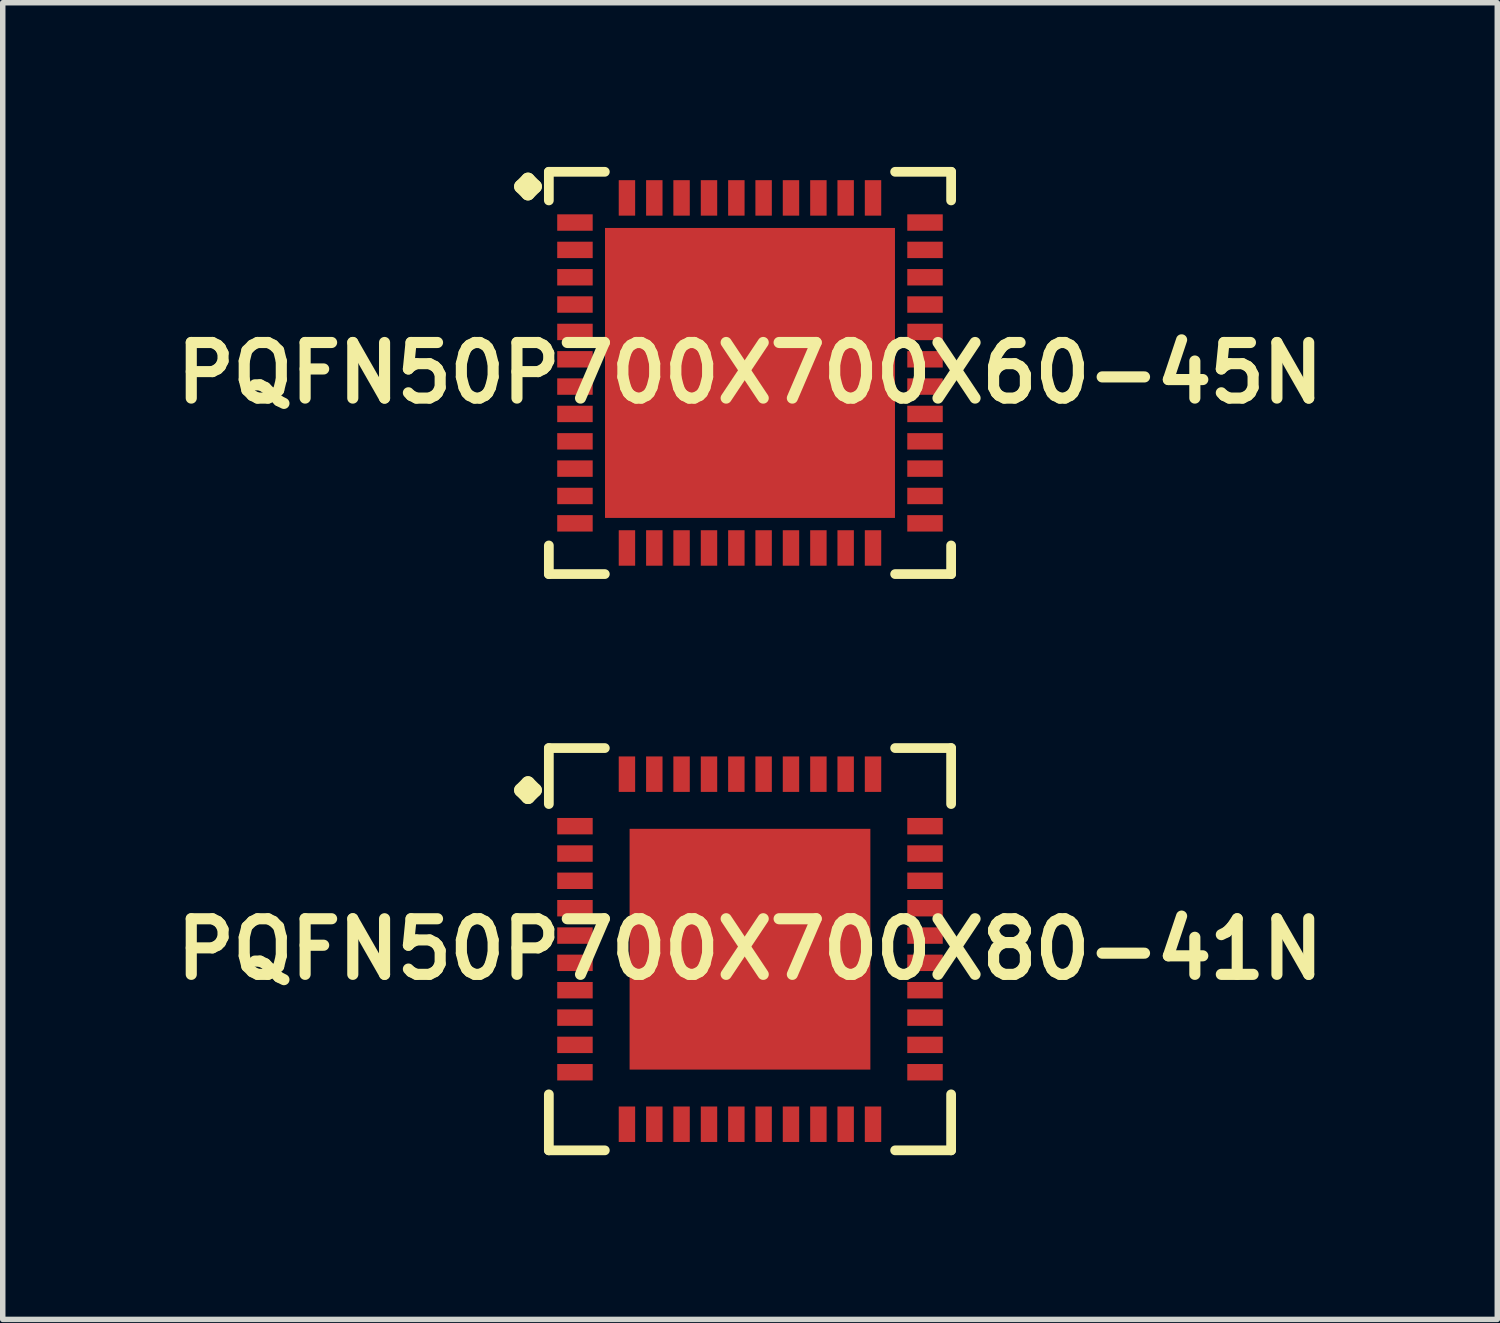
<source format=kicad_pcb>
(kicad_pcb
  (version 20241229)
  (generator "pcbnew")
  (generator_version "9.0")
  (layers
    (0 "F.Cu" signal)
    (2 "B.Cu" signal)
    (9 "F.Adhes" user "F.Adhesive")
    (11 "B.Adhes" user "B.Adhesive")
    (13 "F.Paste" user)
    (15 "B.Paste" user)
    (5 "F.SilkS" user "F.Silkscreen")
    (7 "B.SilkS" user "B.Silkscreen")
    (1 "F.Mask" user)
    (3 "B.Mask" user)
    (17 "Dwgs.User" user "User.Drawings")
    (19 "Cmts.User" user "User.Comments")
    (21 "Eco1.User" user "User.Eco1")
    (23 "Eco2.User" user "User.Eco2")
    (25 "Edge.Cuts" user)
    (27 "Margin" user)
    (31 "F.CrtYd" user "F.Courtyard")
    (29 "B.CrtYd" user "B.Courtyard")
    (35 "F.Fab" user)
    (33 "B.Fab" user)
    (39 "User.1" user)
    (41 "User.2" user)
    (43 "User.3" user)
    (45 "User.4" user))
  (footprint "PQFN50P700X700X60-45N"
    (layer "F.Cu")
    (at 10.653 3.764)
    (property "Reference" "PQFN50P700X700X60-45N" (at 0 0 0) (layer "F.SilkS") (effects (font (size 1.016 1.016) (thickness 0.203))))
    (attr smd)
    (fp_line (start -4.183 -3.406) (end -4.056 -3.533) (stroke (width 0.254) (type solid)) (layer "F.SilkS"))
    (fp_line (start -4.056 -3.533) (end -3.929 -3.406) (stroke (width 0.254) (type solid)) (layer "F.SilkS"))
    (fp_line (start -4.056 -3.279) (end -4.183 -3.406) (stroke (width 0.254) (type solid)) (layer "F.SilkS"))
    (fp_line (start -3.929 -3.406) (end -4.056 -3.279) (stroke (width 0.254) (type solid)) (layer "F.SilkS"))
    (fp_line (start -3.675 -3.675) (end -2.652 -3.675) (stroke (width 0.178) (type solid)) (layer "F.SilkS"))
    (fp_line (start -3.675 -3.152) (end -3.675 -3.675) (stroke (width 0.178) (type solid)) (layer "F.SilkS"))
    (fp_line (start -3.675 3.152) (end -3.675 3.675) (stroke (width 0.178) (type solid)) (layer "F.SilkS"))
    (fp_line (start -3.675 3.675) (end -2.652 3.675) (stroke (width 0.178) (type solid)) (layer "F.SilkS"))
    (fp_line (start 2.652 -3.675) (end 3.675 -3.675) (stroke (width 0.178) (type solid)) (layer "F.SilkS"))
    (fp_line (start 2.652 3.675) (end 3.675 3.675) (stroke (width 0.178) (type solid)) (layer "F.SilkS"))
    (fp_line (start 3.675 -3.675) (end 3.675 -3.152) (stroke (width 0.178) (type solid)) (layer "F.SilkS"))
    (fp_line (start 3.675 3.675) (end 3.675 3.152) (stroke (width 0.178) (type solid)) (layer "F.SilkS"))
    (pad "1" smd rect (at -3.198 -2.748) (size 0.648 0.3) (layers "F.Cu" "F.Mask" "F.Paste"))
    (pad "2" smd rect (at -3.198 -2.248) (size 0.648 0.3) (layers "F.Cu" "F.Mask" "F.Paste"))
    (pad "3" smd rect (at -3.198 -1.748) (size 0.648 0.3) (layers "F.Cu" "F.Mask" "F.Paste"))
    (pad "4" smd rect (at -3.198 -1.25) (size 0.648 0.3) (layers "F.Cu" "F.Mask" "F.Paste"))
    (pad "5" smd rect (at -3.198 -0.749) (size 0.648 0.3) (layers "F.Cu" "F.Mask" "F.Paste"))
    (pad "6" smd rect (at -3.198 -0.249) (size 0.648 0.3) (layers "F.Cu" "F.Mask" "F.Paste"))
    (pad "7" smd rect (at -3.198 0.249) (size 0.648 0.3) (layers "F.Cu" "F.Mask" "F.Paste"))
    (pad "8" smd rect (at -3.198 0.749) (size 0.648 0.3) (layers "F.Cu" "F.Mask" "F.Paste"))
    (pad "9" smd rect (at -3.198 1.25) (size 0.648 0.3) (layers "F.Cu" "F.Mask" "F.Paste"))
    (pad "10" smd rect (at -3.198 1.748) (size 0.648 0.3) (layers "F.Cu" "F.Mask" "F.Paste"))
    (pad "11" smd rect (at -3.198 2.248) (size 0.648 0.3) (layers "F.Cu" "F.Mask" "F.Paste"))
    (pad "12" smd rect (at -3.198 2.748) (size 0.648 0.3) (layers "F.Cu" "F.Mask" "F.Paste"))
    (pad "13" smd rect (at -2.248 3.198) (size 0.3 0.648) (layers "F.Cu" "F.Mask" "F.Paste"))
    (pad "14" smd rect (at -1.748 3.198) (size 0.3 0.648) (layers "F.Cu" "F.Mask" "F.Paste"))
    (pad "15" smd rect (at -1.25 3.198) (size 0.3 0.648) (layers "F.Cu" "F.Mask" "F.Paste"))
    (pad "16" smd rect (at -0.749 3.198) (size 0.3 0.648) (layers "F.Cu" "F.Mask" "F.Paste"))
    (pad "17" smd rect (at -0.249 3.198) (size 0.3 0.648) (layers "F.Cu" "F.Mask" "F.Paste"))
    (pad "18" smd rect (at 0.249 3.198) (size 0.3 0.648) (layers "F.Cu" "F.Mask" "F.Paste"))
    (pad "19" smd rect (at 0.749 3.198) (size 0.3 0.648) (layers "F.Cu" "F.Mask" "F.Paste"))
    (pad "20" smd rect (at 1.25 3.198) (size 0.3 0.648) (layers "F.Cu" "F.Mask" "F.Paste"))
    (pad "21" smd rect (at 1.748 3.198) (size 0.3 0.648) (layers "F.Cu" "F.Mask" "F.Paste"))
    (pad "22" smd rect (at 2.248 3.198) (size 0.3 0.648) (layers "F.Cu" "F.Mask" "F.Paste"))
    (pad "23" smd rect (at 3.198 2.748) (size 0.648 0.3) (layers "F.Cu" "F.Mask" "F.Paste"))
    (pad "24" smd rect (at 3.198 2.248) (size 0.648 0.3) (layers "F.Cu" "F.Mask" "F.Paste"))
    (pad "25" smd rect (at 3.198 1.748) (size 0.648 0.3) (layers "F.Cu" "F.Mask" "F.Paste"))
    (pad "26" smd rect (at 3.198 1.25) (size 0.648 0.3) (layers "F.Cu" "F.Mask" "F.Paste"))
    (pad "27" smd rect (at 3.198 0.749) (size 0.648 0.3) (layers "F.Cu" "F.Mask" "F.Paste"))
    (pad "28" smd rect (at 3.198 0.249) (size 0.648 0.3) (layers "F.Cu" "F.Mask" "F.Paste"))
    (pad "29" smd rect (at 3.198 -0.249) (size 0.648 0.3) (layers "F.Cu" "F.Mask" "F.Paste"))
    (pad "30" smd rect (at 3.198 -0.749) (size 0.648 0.3) (layers "F.Cu" "F.Mask" "F.Paste"))
    (pad "31" smd rect (at 3.198 -1.25) (size 0.648 0.3) (layers "F.Cu" "F.Mask" "F.Paste"))
    (pad "32" smd rect (at 3.198 -1.748) (size 0.648 0.3) (layers "F.Cu" "F.Mask" "F.Paste"))
    (pad "33" smd rect (at 3.198 -2.248) (size 0.648 0.3) (layers "F.Cu" "F.Mask" "F.Paste"))
    (pad "34" smd rect (at 3.198 -2.748) (size 0.648 0.3) (layers "F.Cu" "F.Mask" "F.Paste"))
    (pad "35" smd rect (at 2.248 -3.198) (size 0.3 0.648) (layers "F.Cu" "F.Mask" "F.Paste"))
    (pad "36" smd rect (at 1.748 -3.198) (size 0.3 0.648) (layers "F.Cu" "F.Mask" "F.Paste"))
    (pad "37" smd rect (at 1.25 -3.198) (size 0.3 0.648) (layers "F.Cu" "F.Mask" "F.Paste"))
    (pad "38" smd rect (at 0.749 -3.198) (size 0.3 0.648) (layers "F.Cu" "F.Mask" "F.Paste"))
    (pad "39" smd rect (at 0.249 -3.198) (size 0.3 0.648) (layers "F.Cu" "F.Mask" "F.Paste"))
    (pad "40" smd rect (at -0.249 -3.198) (size 0.3 0.648) (layers "F.Cu" "F.Mask" "F.Paste"))
    (pad "41" smd rect (at -0.749 -3.198) (size 0.3 0.648) (layers "F.Cu" "F.Mask" "F.Paste"))
    (pad "42" smd rect (at -1.25 -3.198) (size 0.3 0.648) (layers "F.Cu" "F.Mask" "F.Paste"))
    (pad "43" smd rect (at -1.748 -3.198) (size 0.3 0.648) (layers "F.Cu" "F.Mask" "F.Paste"))
    (pad "44" smd rect (at -2.248 -3.198) (size 0.3 0.648) (layers "F.Cu" "F.Mask" "F.Paste"))
    (pad "45" smd rect (at 0 0) (size 5.298 5.298) (layers "F.Cu" "F.Mask" "F.Paste")))
  (footprint "PQFN50P700X700X80-41N"
    (layer "F.Cu")
    (at 10.653 14.293)
    (property "Reference" "PQFN50P700X700X80-41N" (at 0 0 0) (layer "F.SilkS") (effects (font (size 1.016 1.016) (thickness 0.203))))
    (attr smd)
    (fp_line (start -4.183 -2.906) (end -4.056 -3.033) (stroke (width 0.254) (type solid)) (layer "F.SilkS"))
    (fp_line (start -4.056 -3.033) (end -3.929 -2.906) (stroke (width 0.254) (type solid)) (layer "F.SilkS"))
    (fp_line (start -4.056 -2.779) (end -4.183 -2.906) (stroke (width 0.254) (type solid)) (layer "F.SilkS"))
    (fp_line (start -3.929 -2.906) (end -4.056 -2.779) (stroke (width 0.254) (type solid)) (layer "F.SilkS"))
    (fp_line (start -3.675 -3.675) (end -2.652 -3.675) (stroke (width 0.178) (type solid)) (layer "F.SilkS"))
    (fp_line (start -3.675 -2.652) (end -3.675 -3.675) (stroke (width 0.178) (type solid)) (layer "F.SilkS"))
    (fp_line (start -3.675 2.652) (end -3.675 3.675) (stroke (width 0.178) (type solid)) (layer "F.SilkS"))
    (fp_line (start -3.675 3.675) (end -2.652 3.675) (stroke (width 0.178) (type solid)) (layer "F.SilkS"))
    (fp_line (start 2.652 -3.675) (end 3.675 -3.675) (stroke (width 0.178) (type solid)) (layer "F.SilkS"))
    (fp_line (start 2.652 3.675) (end 3.675 3.675) (stroke (width 0.178) (type solid)) (layer "F.SilkS"))
    (fp_line (start 3.675 -3.675) (end 3.675 -2.652) (stroke (width 0.178) (type solid)) (layer "F.SilkS"))
    (fp_line (start 3.675 3.675) (end 3.675 2.652) (stroke (width 0.178) (type solid)) (layer "F.SilkS"))
    (pad "1" smd rect (at -3.198 -2.248) (size 0.648 0.3) (layers "F.Cu" "F.Mask" "F.Paste"))
    (pad "2" smd rect (at -3.198 -1.748) (size 0.648 0.3) (layers "F.Cu" "F.Mask" "F.Paste"))
    (pad "3" smd rect (at -3.198 -1.25) (size 0.648 0.3) (layers "F.Cu" "F.Mask" "F.Paste"))
    (pad "4" smd rect (at -3.198 -0.749) (size 0.648 0.3) (layers "F.Cu" "F.Mask" "F.Paste"))
    (pad "5" smd rect (at -3.198 -0.249) (size 0.648 0.3) (layers "F.Cu" "F.Mask" "F.Paste"))
    (pad "6" smd rect (at -3.198 0.249) (size 0.648 0.3) (layers "F.Cu" "F.Mask" "F.Paste"))
    (pad "7" smd rect (at -3.198 0.749) (size 0.648 0.3) (layers "F.Cu" "F.Mask" "F.Paste"))
    (pad "8" smd rect (at -3.198 1.25) (size 0.648 0.3) (layers "F.Cu" "F.Mask" "F.Paste"))
    (pad "9" smd rect (at -3.198 1.748) (size 0.648 0.3) (layers "F.Cu" "F.Mask" "F.Paste"))
    (pad "10" smd rect (at -3.198 2.248) (size 0.648 0.3) (layers "F.Cu" "F.Mask" "F.Paste"))
    (pad "11" smd rect (at -2.248 3.198) (size 0.3 0.648) (layers "F.Cu" "F.Mask" "F.Paste"))
    (pad "12" smd rect (at -1.748 3.198) (size 0.3 0.648) (layers "F.Cu" "F.Mask" "F.Paste"))
    (pad "13" smd rect (at -1.25 3.198) (size 0.3 0.648) (layers "F.Cu" "F.Mask" "F.Paste"))
    (pad "14" smd rect (at -0.749 3.198) (size 0.3 0.648) (layers "F.Cu" "F.Mask" "F.Paste"))
    (pad "15" smd rect (at -0.249 3.198) (size 0.3 0.648) (layers "F.Cu" "F.Mask" "F.Paste"))
    (pad "16" smd rect (at 0.249 3.198) (size 0.3 0.648) (layers "F.Cu" "F.Mask" "F.Paste"))
    (pad "17" smd rect (at 0.749 3.198) (size 0.3 0.648) (layers "F.Cu" "F.Mask" "F.Paste"))
    (pad "18" smd rect (at 1.25 3.198) (size 0.3 0.648) (layers "F.Cu" "F.Mask" "F.Paste"))
    (pad "19" smd rect (at 1.748 3.198) (size 0.3 0.648) (layers "F.Cu" "F.Mask" "F.Paste"))
    (pad "20" smd rect (at 2.248 3.198) (size 0.3 0.648) (layers "F.Cu" "F.Mask" "F.Paste"))
    (pad "21" smd rect (at 3.198 2.248) (size 0.648 0.3) (layers "F.Cu" "F.Mask" "F.Paste"))
    (pad "22" smd rect (at 3.198 1.748) (size 0.648 0.3) (layers "F.Cu" "F.Mask" "F.Paste"))
    (pad "23" smd rect (at 3.198 1.25) (size 0.648 0.3) (layers "F.Cu" "F.Mask" "F.Paste"))
    (pad "24" smd rect (at 3.198 0.749) (size 0.648 0.3) (layers "F.Cu" "F.Mask" "F.Paste"))
    (pad "25" smd rect (at 3.198 0.249) (size 0.648 0.3) (layers "F.Cu" "F.Mask" "F.Paste"))
    (pad "26" smd rect (at 3.198 -0.249) (size 0.648 0.3) (layers "F.Cu" "F.Mask" "F.Paste"))
    (pad "27" smd rect (at 3.198 -0.749) (size 0.648 0.3) (layers "F.Cu" "F.Mask" "F.Paste"))
    (pad "28" smd rect (at 3.198 -1.25) (size 0.648 0.3) (layers "F.Cu" "F.Mask" "F.Paste"))
    (pad "29" smd rect (at 3.198 -1.748) (size 0.648 0.3) (layers "F.Cu" "F.Mask" "F.Paste"))
    (pad "30" smd rect (at 3.198 -2.248) (size 0.648 0.3) (layers "F.Cu" "F.Mask" "F.Paste"))
    (pad "31" smd rect (at 2.248 -3.198) (size 0.3 0.648) (layers "F.Cu" "F.Mask" "F.Paste"))
    (pad "32" smd rect (at 1.748 -3.198) (size 0.3 0.648) (layers "F.Cu" "F.Mask" "F.Paste"))
    (pad "33" smd rect (at 1.25 -3.198) (size 0.3 0.648) (layers "F.Cu" "F.Mask" "F.Paste"))
    (pad "34" smd rect (at 0.749 -3.198) (size 0.3 0.648) (layers "F.Cu" "F.Mask" "F.Paste"))
    (pad "35" smd rect (at 0.249 -3.198) (size 0.3 0.648) (layers "F.Cu" "F.Mask" "F.Paste"))
    (pad "36" smd rect (at -0.249 -3.198) (size 0.3 0.648) (layers "F.Cu" "F.Mask" "F.Paste"))
    (pad "37" smd rect (at -0.749 -3.198) (size 0.3 0.648) (layers "F.Cu" "F.Mask" "F.Paste"))
    (pad "38" smd rect (at -1.25 -3.198) (size 0.3 0.648) (layers "F.Cu" "F.Mask" "F.Paste"))
    (pad "39" smd rect (at -1.748 -3.198) (size 0.3 0.648) (layers "F.Cu" "F.Mask" "F.Paste"))
    (pad "40" smd rect (at -2.248 -3.198) (size 0.3 0.648) (layers "F.Cu" "F.Mask" "F.Paste"))
    (pad "41" smd rect (at 0 0) (size 4.399 4.399) (layers "F.Cu" "F.Mask" "F.Paste")))
  (gr_rect
    (start -3 -3)
    (end 24.307 21.057)
    (stroke (width 0.1) (type default))
    (fill no)
    (layer "Edge.Cuts")))
</source>
